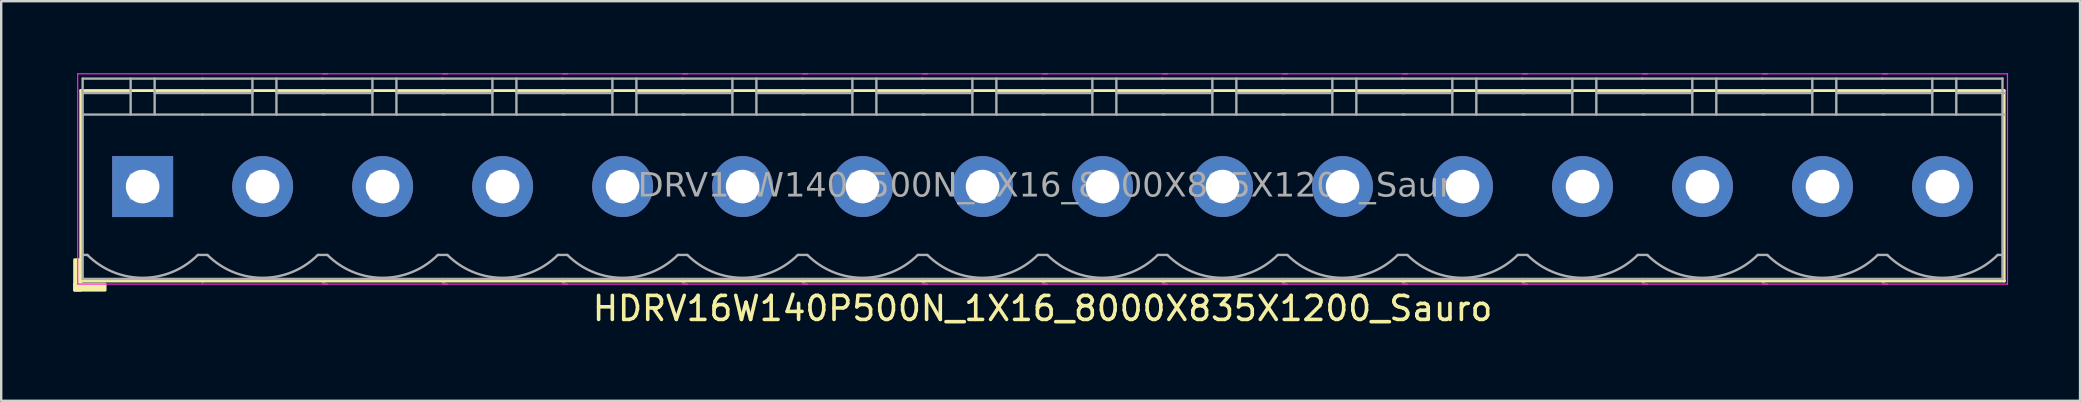
<source format=kicad_pcb>
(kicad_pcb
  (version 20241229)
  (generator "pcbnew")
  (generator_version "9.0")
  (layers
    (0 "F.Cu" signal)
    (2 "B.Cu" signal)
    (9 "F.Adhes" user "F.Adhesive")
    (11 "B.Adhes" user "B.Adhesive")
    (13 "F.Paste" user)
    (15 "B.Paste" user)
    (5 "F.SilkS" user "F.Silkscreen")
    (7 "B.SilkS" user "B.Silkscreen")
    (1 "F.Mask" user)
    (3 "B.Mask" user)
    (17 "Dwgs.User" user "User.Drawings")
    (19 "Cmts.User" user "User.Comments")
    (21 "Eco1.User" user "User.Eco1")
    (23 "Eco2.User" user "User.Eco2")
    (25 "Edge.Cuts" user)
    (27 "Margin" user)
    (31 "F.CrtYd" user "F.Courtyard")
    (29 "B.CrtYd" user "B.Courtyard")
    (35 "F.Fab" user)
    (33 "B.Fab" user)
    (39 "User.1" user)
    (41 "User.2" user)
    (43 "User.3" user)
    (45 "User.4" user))
  (footprint "HDRV16W140P500N_1X16_8000X835X1200_Sauro"
    (layer "F.Cu")
    (at 40.394 4.724)
    (property "Reference" "HDRV16W140P500N_1X16_8000X835X1200_Sauro" (at 0 5.08 0) (layer "F.SilkS") (effects (font (size 1 1) (thickness 0.15))))
    (attr through_hole)
    (fp_line (start -40.08 -4) (end -40.08 3.937) (stroke (width 0.12) (type solid)) (layer "F.SilkS"))
    (fp_line (start -40.08 3.937) (end -35 3.937) (stroke (width 0.12) (type solid)) (layer "F.SilkS"))
    (fp_line (start -35.005 -4) (end -40.08 -4) (stroke (width 0.12) (type solid)) (layer "F.SilkS"))
    (fp_line (start -35 3.937) (end -29.92 3.937) (stroke (width 0.12) (type solid)) (layer "F.SilkS"))
    (fp_line (start -30 3.937) (end -24.92 3.937) (stroke (width 0.12) (type solid)) (layer "F.SilkS"))
    (fp_line (start -29.93 -4) (end -35.005 -4) (stroke (width 0.12) (type solid)) (layer "F.SilkS"))
    (fp_line (start -25 3.937) (end -19.92 3.937) (stroke (width 0.12) (type solid)) (layer "F.SilkS"))
    (fp_line (start -24.93 -4) (end -30.005 -4) (stroke (width 0.12) (type solid)) (layer "F.SilkS"))
    (fp_line (start -20 3.937) (end -14.92 3.937) (stroke (width 0.12) (type solid)) (layer "F.SilkS"))
    (fp_line (start -19.93 -4) (end -25.005 -4) (stroke (width 0.12) (type solid)) (layer "F.SilkS"))
    (fp_line (start -15 3.937) (end -9.92 3.937) (stroke (width 0.12) (type solid)) (layer "F.SilkS"))
    (fp_line (start -14.93 -4) (end -20.005 -4) (stroke (width 0.12) (type solid)) (layer "F.SilkS"))
    (fp_line (start -10 3.937) (end -4.92 3.937) (stroke (width 0.12) (type solid)) (layer "F.SilkS"))
    (fp_line (start -9.93 -4) (end -15.005 -4) (stroke (width 0.12) (type solid)) (layer "F.SilkS"))
    (fp_line (start -5 3.937) (end 0.08 3.937) (stroke (width 0.12) (type solid)) (layer "F.SilkS"))
    (fp_line (start -4.93 -4) (end -10.005 -4) (stroke (width 0.12) (type solid)) (layer "F.SilkS"))
    (fp_line (start 0 3.937) (end 5.08 3.937) (stroke (width 0.12) (type solid)) (layer "F.SilkS"))
    (fp_line (start 0.07 -4) (end -5.005 -4) (stroke (width 0.12) (type solid)) (layer "F.SilkS"))
    (fp_line (start 5 3.937) (end 10.08 3.937) (stroke (width 0.12) (type solid)) (layer "F.SilkS"))
    (fp_line (start 5.07 -4) (end -0.005 -4) (stroke (width 0.12) (type solid)) (layer "F.SilkS"))
    (fp_line (start 10 3.937) (end 15.08 3.937) (stroke (width 0.12) (type solid)) (layer "F.SilkS"))
    (fp_line (start 10.07 -4) (end 4.995 -4) (stroke (width 0.12) (type solid)) (layer "F.SilkS"))
    (fp_line (start 15 3.937) (end 20.08 3.937) (stroke (width 0.12) (type solid)) (layer "F.SilkS"))
    (fp_line (start 15.07 -4) (end 9.995 -4) (stroke (width 0.12) (type solid)) (layer "F.SilkS"))
    (fp_line (start 20 3.937) (end 25.08 3.937) (stroke (width 0.12) (type solid)) (layer "F.SilkS"))
    (fp_line (start 20.07 -4) (end 14.995 -4) (stroke (width 0.12) (type solid)) (layer "F.SilkS"))
    (fp_line (start 25 3.937) (end 30.08 3.937) (stroke (width 0.12) (type solid)) (layer "F.SilkS"))
    (fp_line (start 25.07 -4) (end 19.995 -4) (stroke (width 0.12) (type solid)) (layer "F.SilkS"))
    (fp_line (start 30 3.937) (end 35.08 3.937) (stroke (width 0.12) (type solid)) (layer "F.SilkS"))
    (fp_line (start 30.07 -4) (end 24.995 -4) (stroke (width 0.12) (type solid)) (layer "F.SilkS"))
    (fp_line (start 35 3.937) (end 40.08 3.937) (stroke (width 0.12) (type solid)) (layer "F.SilkS"))
    (fp_line (start 35.07 -4) (end 29.995 -4) (stroke (width 0.12) (type solid)) (layer "F.SilkS"))
    (fp_line (start 40.07 -4) (end 34.995 -4) (stroke (width 0.12) (type solid)) (layer "F.SilkS"))
    (fp_line (start 40.07 -4) (end 40.07 3.937) (stroke (width 0.12) (type solid)) (layer "F.SilkS"))
    (fp_rect (start -40.08 3.048) (end -40.334 4.318) (stroke (width 0.12) (type solid)) (fill yes) (layer "F.SilkS"))
    (fp_rect (start -39.064 4.318) (end -40.334 4.064) (stroke (width 0.12) (type solid)) (fill yes) (layer "F.SilkS"))
    (fp_line (start -40.207 4.064) (end -40.207 -4.699) (stroke (width 0.05) (type solid)) (layer "F.CrtYd"))
    (fp_line (start -35.005 4.064) (end -40.207 4.064) (stroke (width 0.05) (type solid)) (layer "F.CrtYd"))
    (fp_line (start -35 -4.699) (end -40.207 -4.699) (stroke (width 0.05) (type solid)) (layer "F.CrtYd"))
    (fp_line (start -29.793 -4.699) (end -35 -4.699) (stroke (width 0.05) (type solid)) (layer "F.CrtYd"))
    (fp_line (start -29.793 4.064) (end -35.005 4.064) (stroke (width 0.05) (type solid)) (layer "F.CrtYd"))
    (fp_line (start -24.793 -4.699) (end -30 -4.699) (stroke (width 0.05) (type solid)) (layer "F.CrtYd"))
    (fp_line (start -24.793 4.064) (end -30.005 4.064) (stroke (width 0.05) (type solid)) (layer "F.CrtYd"))
    (fp_line (start -19.793 -4.699) (end -25 -4.699) (stroke (width 0.05) (type solid)) (layer "F.CrtYd"))
    (fp_line (start -19.793 4.064) (end -25.005 4.064) (stroke (width 0.05) (type solid)) (layer "F.CrtYd"))
    (fp_line (start -14.793 -4.699) (end -20 -4.699) (stroke (width 0.05) (type solid)) (layer "F.CrtYd"))
    (fp_line (start -14.793 4.064) (end -20.005 4.064) (stroke (width 0.05) (type solid)) (layer "F.CrtYd"))
    (fp_line (start -9.793 -4.699) (end -15 -4.699) (stroke (width 0.05) (type solid)) (layer "F.CrtYd"))
    (fp_line (start -9.793 4.064) (end -15.005 4.064) (stroke (width 0.05) (type solid)) (layer "F.CrtYd"))
    (fp_line (start -4.793 -4.699) (end -10 -4.699) (stroke (width 0.05) (type solid)) (layer "F.CrtYd"))
    (fp_line (start -4.793 4.064) (end -10.005 4.064) (stroke (width 0.05) (type solid)) (layer "F.CrtYd"))
    (fp_line (start 0.207 -4.699) (end -5 -4.699) (stroke (width 0.05) (type solid)) (layer "F.CrtYd"))
    (fp_line (start 0.207 4.064) (end -5.005 4.064) (stroke (width 0.05) (type solid)) (layer "F.CrtYd"))
    (fp_line (start 5.207 -4.699) (end 0 -4.699) (stroke (width 0.05) (type solid)) (layer "F.CrtYd"))
    (fp_line (start 5.207 4.064) (end -0.005 4.064) (stroke (width 0.05) (type solid)) (layer "F.CrtYd"))
    (fp_line (start 10.207 -4.699) (end 5 -4.699) (stroke (width 0.05) (type solid)) (layer "F.CrtYd"))
    (fp_line (start 10.207 4.064) (end 4.995 4.064) (stroke (width 0.05) (type solid)) (layer "F.CrtYd"))
    (fp_line (start 15.207 -4.699) (end 10 -4.699) (stroke (width 0.05) (type solid)) (layer "F.CrtYd"))
    (fp_line (start 15.207 4.064) (end 9.995 4.064) (stroke (width 0.05) (type solid)) (layer "F.CrtYd"))
    (fp_line (start 20.207 -4.699) (end 15 -4.699) (stroke (width 0.05) (type solid)) (layer "F.CrtYd"))
    (fp_line (start 20.207 4.064) (end 14.995 4.064) (stroke (width 0.05) (type solid)) (layer "F.CrtYd"))
    (fp_line (start 25.207 -4.699) (end 20 -4.699) (stroke (width 0.05) (type solid)) (layer "F.CrtYd"))
    (fp_line (start 25.207 4.064) (end 19.995 4.064) (stroke (width 0.05) (type solid)) (layer "F.CrtYd"))
    (fp_line (start 30.207 -4.699) (end 25 -4.699) (stroke (width 0.05) (type solid)) (layer "F.CrtYd"))
    (fp_line (start 30.207 4.064) (end 24.995 4.064) (stroke (width 0.05) (type solid)) (layer "F.CrtYd"))
    (fp_line (start 35.207 -4.699) (end 30 -4.699) (stroke (width 0.05) (type solid)) (layer "F.CrtYd"))
    (fp_line (start 35.207 4.064) (end 29.995 4.064) (stroke (width 0.05) (type solid)) (layer "F.CrtYd"))
    (fp_line (start 40.207 -4.699) (end 35 -4.699) (stroke (width 0.05) (type solid)) (layer "F.CrtYd"))
    (fp_line (start 40.207 -4.699) (end 40.207 4.064) (stroke (width 0.05) (type solid)) (layer "F.CrtYd"))
    (fp_line (start 40.207 4.064) (end 34.995 4.064) (stroke (width 0.05) (type solid)) (layer "F.CrtYd"))
    (fp_line (start -40 -4.5) (end -40 3.85) (stroke (width 0.1) (type solid)) (layer "F.Fab"))
    (fp_line (start -39.8 2.85) (end -40 2.85) (stroke (width 0.1) (type solid)) (layer "F.Fab"))
    (fp_line (start -38 -4.5) (end -38 -3) (stroke (width 0.1) (type default)) (layer "F.Fab"))
    (fp_line (start -38 -3.9) (end -40 -3.9) (stroke (width 0.1) (type solid)) (layer "F.Fab"))
    (fp_line (start -37 -4.5) (end -37 -3) (stroke (width 0.1) (type default)) (layer "F.Fab"))
    (fp_line (start -37 -3.9) (end -35 -3.9) (stroke (width 0.1) (type solid)) (layer "F.Fab"))
    (fp_line (start -35.2 2.85) (end -34.8 2.85) (stroke (width 0.1) (type solid)) (layer "F.Fab"))
    (fp_line (start -35 -4.5) (end -40 -4.5) (stroke (width 0.1) (type solid)) (layer "F.Fab"))
    (fp_line (start -35 -3) (end -40 -3) (stroke (width 0.1) (type solid)) (layer "F.Fab"))
    (fp_line (start -35 3.85) (end -40 3.85) (stroke (width 0.1) (type solid)) (layer "F.Fab"))
    (fp_line (start -35 3.85) (end -30 3.85) (stroke (width 0.1) (type solid)) (layer "F.Fab"))
    (fp_line (start -32.925 -4.5) (end -32.925 -3) (stroke (width 0.1) (type default)) (layer "F.Fab"))
    (fp_line (start -32.925 -3.9) (end -35 -3.9) (stroke (width 0.1) (type solid)) (layer "F.Fab"))
    (fp_line (start -31.925 -4.5) (end -31.925 -3) (stroke (width 0.1) (type default)) (layer "F.Fab"))
    (fp_line (start -31.925 -3.9) (end -29.925 -3.9) (stroke (width 0.1) (type solid)) (layer "F.Fab"))
    (fp_line (start -30.2 2.85) (end -29.8 2.85) (stroke (width 0.1) (type solid)) (layer "F.Fab"))
    (fp_line (start -30 -4.5) (end -35 -4.5) (stroke (width 0.1) (type solid)) (layer "F.Fab"))
    (fp_line (start -30 3.85) (end -25 3.85) (stroke (width 0.1) (type solid)) (layer "F.Fab"))
    (fp_line (start -29.925 -3) (end -35 -3) (stroke (width 0.1) (type solid)) (layer "F.Fab"))
    (fp_line (start -27.925 -4.5) (end -27.925 -3) (stroke (width 0.1) (type default)) (layer "F.Fab"))
    (fp_line (start -27.925 -3.9) (end -30 -3.9) (stroke (width 0.1) (type solid)) (layer "F.Fab"))
    (fp_line (start -26.925 -4.5) (end -26.925 -3) (stroke (width 0.1) (type default)) (layer "F.Fab"))
    (fp_line (start -26.925 -3.9) (end -24.925 -3.9) (stroke (width 0.1) (type solid)) (layer "F.Fab"))
    (fp_line (start -25.2 2.85) (end -24.8 2.85) (stroke (width 0.1) (type solid)) (layer "F.Fab"))
    (fp_line (start -25 -4.5) (end -30 -4.5) (stroke (width 0.1) (type solid)) (layer "F.Fab"))
    (fp_line (start -25 3.85) (end -20 3.85) (stroke (width 0.1) (type solid)) (layer "F.Fab"))
    (fp_line (start -24.925 -3) (end -30 -3) (stroke (width 0.1) (type solid)) (layer "F.Fab"))
    (fp_line (start -22.925 -4.5) (end -22.925 -3) (stroke (width 0.1) (type default)) (layer "F.Fab"))
    (fp_line (start -22.925 -3.9) (end -25 -3.9) (stroke (width 0.1) (type solid)) (layer "F.Fab"))
    (fp_line (start -21.925 -4.5) (end -21.925 -3) (stroke (width 0.1) (type default)) (layer "F.Fab"))
    (fp_line (start -21.925 -3.9) (end -19.925 -3.9) (stroke (width 0.1) (type solid)) (layer "F.Fab"))
    (fp_line (start -20.2 2.85) (end -19.8 2.85) (stroke (width 0.1) (type solid)) (layer "F.Fab"))
    (fp_line (start -20 -4.5) (end -25 -4.5) (stroke (width 0.1) (type solid)) (layer "F.Fab"))
    (fp_line (start -20 3.85) (end -15 3.85) (stroke (width 0.1) (type solid)) (layer "F.Fab"))
    (fp_line (start -19.925 -3) (end -25 -3) (stroke (width 0.1) (type solid)) (layer "F.Fab"))
    (fp_line (start -17.925 -4.5) (end -17.925 -3) (stroke (width 0.1) (type default)) (layer "F.Fab"))
    (fp_line (start -17.925 -3.9) (end -20 -3.9) (stroke (width 0.1) (type solid)) (layer "F.Fab"))
    (fp_line (start -16.925 -4.5) (end -16.925 -3) (stroke (width 0.1) (type default)) (layer "F.Fab"))
    (fp_line (start -16.925 -3.9) (end -14.925 -3.9) (stroke (width 0.1) (type solid)) (layer "F.Fab"))
    (fp_line (start -15.2 2.85) (end -14.8 2.85) (stroke (width 0.1) (type solid)) (layer "F.Fab"))
    (fp_line (start -15 -4.5) (end -20 -4.5) (stroke (width 0.1) (type solid)) (layer "F.Fab"))
    (fp_line (start -15 3.85) (end -10 3.85) (stroke (width 0.1) (type solid)) (layer "F.Fab"))
    (fp_line (start -14.925 -3) (end -20 -3) (stroke (width 0.1) (type solid)) (layer "F.Fab"))
    (fp_line (start -12.925 -4.5) (end -12.925 -3) (stroke (width 0.1) (type default)) (layer "F.Fab"))
    (fp_line (start -12.925 -3.9) (end -15 -3.9) (stroke (width 0.1) (type solid)) (layer "F.Fab"))
    (fp_line (start -11.925 -4.5) (end -11.925 -3) (stroke (width 0.1) (type default)) (layer "F.Fab"))
    (fp_line (start -11.925 -3.9) (end -9.925 -3.9) (stroke (width 0.1) (type solid)) (layer "F.Fab"))
    (fp_line (start -10.2 2.85) (end -9.8 2.85) (stroke (width 0.1) (type solid)) (layer "F.Fab"))
    (fp_line (start -10 -4.5) (end -15 -4.5) (stroke (width 0.1) (type solid)) (layer "F.Fab"))
    (fp_line (start -10 3.85) (end -5 3.85) (stroke (width 0.1) (type solid)) (layer "F.Fab"))
    (fp_line (start -9.925 -3) (end -15 -3) (stroke (width 0.1) (type solid)) (layer "F.Fab"))
    (fp_line (start -7.925 -4.5) (end -7.925 -3) (stroke (width 0.1) (type default)) (layer "F.Fab"))
    (fp_line (start -7.925 -3.9) (end -10 -3.9) (stroke (width 0.1) (type solid)) (layer "F.Fab"))
    (fp_line (start -6.925 -4.5) (end -6.925 -3) (stroke (width 0.1) (type default)) (layer "F.Fab"))
    (fp_line (start -6.925 -3.9) (end -4.925 -3.9) (stroke (width 0.1) (type solid)) (layer "F.Fab"))
    (fp_line (start -5.2 2.85) (end -4.8 2.85) (stroke (width 0.1) (type solid)) (layer "F.Fab"))
    (fp_line (start -5 -4.5) (end -10 -4.5) (stroke (width 0.1) (type solid)) (layer "F.Fab"))
    (fp_line (start -5 3.85) (end 0 3.85) (stroke (width 0.1) (type solid)) (layer "F.Fab"))
    (fp_line (start -4.925 -3) (end -10 -3) (stroke (width 0.1) (type solid)) (layer "F.Fab"))
    (fp_line (start -2.925 -4.5) (end -2.925 -3) (stroke (width 0.1) (type default)) (layer "F.Fab"))
    (fp_line (start -2.925 -3.9) (end -5 -3.9) (stroke (width 0.1) (type solid)) (layer "F.Fab"))
    (fp_line (start -1.925 -4.5) (end -1.925 -3) (stroke (width 0.1) (type default)) (layer "F.Fab"))
    (fp_line (start -1.925 -3.9) (end 0.075 -3.9) (stroke (width 0.1) (type solid)) (layer "F.Fab"))
    (fp_line (start -0.2 2.85) (end 0.2 2.85) (stroke (width 0.1) (type solid)) (layer "F.Fab"))
    (fp_line (start 0 -4.5) (end -5 -4.5) (stroke (width 0.1) (type solid)) (layer "F.Fab"))
    (fp_line (start 0 3.85) (end 5 3.85) (stroke (width 0.1) (type solid)) (layer "F.Fab"))
    (fp_line (start 0.075 -3) (end -5 -3) (stroke (width 0.1) (type solid)) (layer "F.Fab"))
    (fp_line (start 2.075 -4.5) (end 2.075 -3) (stroke (width 0.1) (type default)) (layer "F.Fab"))
    (fp_line (start 2.075 -3.9) (end 0 -3.9) (stroke (width 0.1) (type solid)) (layer "F.Fab"))
    (fp_line (start 3.075 -4.5) (end 3.075 -3) (stroke (width 0.1) (type default)) (layer "F.Fab"))
    (fp_line (start 3.075 -3.9) (end 5.075 -3.9) (stroke (width 0.1) (type solid)) (layer "F.Fab"))
    (fp_line (start 4.8 2.85) (end 5.2 2.85) (stroke (width 0.1) (type solid)) (layer "F.Fab"))
    (fp_line (start 5 -4.5) (end 0 -4.5) (stroke (width 0.1) (type solid)) (layer "F.Fab"))
    (fp_line (start 5 3.85) (end 10 3.85) (stroke (width 0.1) (type solid)) (layer "F.Fab"))
    (fp_line (start 5.075 -3) (end 0 -3) (stroke (width 0.1) (type solid)) (layer "F.Fab"))
    (fp_line (start 7.075 -4.5) (end 7.075 -3) (stroke (width 0.1) (type default)) (layer "F.Fab"))
    (fp_line (start 7.075 -3.9) (end 5 -3.9) (stroke (width 0.1) (type solid)) (layer "F.Fab"))
    (fp_line (start 8.075 -4.5) (end 8.075 -3) (stroke (width 0.1) (type default)) (layer "F.Fab"))
    (fp_line (start 8.075 -3.9) (end 10.075 -3.9) (stroke (width 0.1) (type solid)) (layer "F.Fab"))
    (fp_line (start 9.8 2.85) (end 10.2 2.85) (stroke (width 0.1) (type solid)) (layer "F.Fab"))
    (fp_line (start 10 -4.5) (end 5 -4.5) (stroke (width 0.1) (type solid)) (layer "F.Fab"))
    (fp_line (start 10 3.85) (end 15 3.85) (stroke (width 0.1) (type solid)) (layer "F.Fab"))
    (fp_line (start 10.075 -3) (end 5 -3) (stroke (width 0.1) (type solid)) (layer "F.Fab"))
    (fp_line (start 12.075 -4.5) (end 12.075 -3) (stroke (width 0.1) (type default)) (layer "F.Fab"))
    (fp_line (start 12.075 -3.9) (end 10 -3.9) (stroke (width 0.1) (type solid)) (layer "F.Fab"))
    (fp_line (start 13.075 -4.5) (end 13.075 -3) (stroke (width 0.1) (type default)) (layer "F.Fab"))
    (fp_line (start 13.075 -3.9) (end 15.075 -3.9) (stroke (width 0.1) (type solid)) (layer "F.Fab"))
    (fp_line (start 14.8 2.85) (end 15.2 2.85) (stroke (width 0.1) (type solid)) (layer "F.Fab"))
    (fp_line (start 15 -4.5) (end 10 -4.5) (stroke (width 0.1) (type solid)) (layer "F.Fab"))
    (fp_line (start 15 3.85) (end 20 3.85) (stroke (width 0.1) (type solid)) (layer "F.Fab"))
    (fp_line (start 15.075 -3) (end 10 -3) (stroke (width 0.1) (type solid)) (layer "F.Fab"))
    (fp_line (start 17.075 -4.5) (end 17.075 -3) (stroke (width 0.1) (type default)) (layer "F.Fab"))
    (fp_line (start 17.075 -3.9) (end 15 -3.9) (stroke (width 0.1) (type solid)) (layer "F.Fab"))
    (fp_line (start 18.075 -4.5) (end 18.075 -3) (stroke (width 0.1) (type default)) (layer "F.Fab"))
    (fp_line (start 18.075 -3.9) (end 20.075 -3.9) (stroke (width 0.1) (type solid)) (layer "F.Fab"))
    (fp_line (start 19.8 2.85) (end 20.2 2.85) (stroke (width 0.1) (type solid)) (layer "F.Fab"))
    (fp_line (start 20 -4.5) (end 15 -4.5) (stroke (width 0.1) (type solid)) (layer "F.Fab"))
    (fp_line (start 20 3.85) (end 25 3.85) (stroke (width 0.1) (type solid)) (layer "F.Fab"))
    (fp_line (start 20.075 -3) (end 15 -3) (stroke (width 0.1) (type solid)) (layer "F.Fab"))
    (fp_line (start 22.075 -4.5) (end 22.075 -3) (stroke (width 0.1) (type default)) (layer "F.Fab"))
    (fp_line (start 22.075 -3.9) (end 20 -3.9) (stroke (width 0.1) (type solid)) (layer "F.Fab"))
    (fp_line (start 23.075 -4.5) (end 23.075 -3) (stroke (width 0.1) (type default)) (layer "F.Fab"))
    (fp_line (start 23.075 -3.9) (end 25.075 -3.9) (stroke (width 0.1) (type solid)) (layer "F.Fab"))
    (fp_line (start 24.8 2.85) (end 25.2 2.85) (stroke (width 0.1) (type solid)) (layer "F.Fab"))
    (fp_line (start 25 -4.5) (end 20 -4.5) (stroke (width 0.1) (type solid)) (layer "F.Fab"))
    (fp_line (start 25 3.85) (end 30 3.85) (stroke (width 0.1) (type solid)) (layer "F.Fab"))
    (fp_line (start 25.075 -3) (end 20 -3) (stroke (width 0.1) (type solid)) (layer "F.Fab"))
    (fp_line (start 27.075 -4.5) (end 27.075 -3) (stroke (width 0.1) (type default)) (layer "F.Fab"))
    (fp_line (start 27.075 -3.9) (end 25 -3.9) (stroke (width 0.1) (type solid)) (layer "F.Fab"))
    (fp_line (start 28.075 -4.5) (end 28.075 -3) (stroke (width 0.1) (type default)) (layer "F.Fab"))
    (fp_line (start 28.075 -3.9) (end 30.075 -3.9) (stroke (width 0.1) (type solid)) (layer "F.Fab"))
    (fp_line (start 29.8 2.85) (end 30.2 2.85) (stroke (width 0.1) (type solid)) (layer "F.Fab"))
    (fp_line (start 30 -4.5) (end 25 -4.5) (stroke (width 0.1) (type solid)) (layer "F.Fab"))
    (fp_line (start 30 3.85) (end 35 3.85) (stroke (width 0.1) (type solid)) (layer "F.Fab"))
    (fp_line (start 30.075 -3) (end 25 -3) (stroke (width 0.1) (type solid)) (layer "F.Fab"))
    (fp_line (start 32.075 -4.5) (end 32.075 -3) (stroke (width 0.1) (type default)) (layer "F.Fab"))
    (fp_line (start 32.075 -3.9) (end 30 -3.9) (stroke (width 0.1) (type solid)) (layer "F.Fab"))
    (fp_line (start 33.075 -4.5) (end 33.075 -3) (stroke (width 0.1) (type default)) (layer "F.Fab"))
    (fp_line (start 33.075 -3.9) (end 35.075 -3.9) (stroke (width 0.1) (type solid)) (layer "F.Fab"))
    (fp_line (start 34.8 2.85) (end 35.2 2.85) (stroke (width 0.1) (type solid)) (layer "F.Fab"))
    (fp_line (start 35 -4.5) (end 30 -4.5) (stroke (width 0.1) (type solid)) (layer "F.Fab"))
    (fp_line (start 35 3.85) (end 40 3.85) (stroke (width 0.1) (type solid)) (layer "F.Fab"))
    (fp_line (start 35.075 -3) (end 30 -3) (stroke (width 0.1) (type solid)) (layer "F.Fab"))
    (fp_line (start 37.075 -4.5) (end 37.075 -3) (stroke (width 0.1) (type default)) (layer "F.Fab"))
    (fp_line (start 37.075 -3.9) (end 35 -3.9) (stroke (width 0.1) (type solid)) (layer "F.Fab"))
    (fp_line (start 38.075 -4.5) (end 38.075 -3) (stroke (width 0.1) (type default)) (layer "F.Fab"))
    (fp_line (start 38.075 -3.9) (end 40.075 -3.9) (stroke (width 0.1) (type solid)) (layer "F.Fab"))
    (fp_line (start 40 -4.5) (end 35 -4.5) (stroke (width 0.1) (type solid)) (layer "F.Fab"))
    (fp_line (start 40 -4.5) (end 40 3.85) (stroke (width 0.1) (type solid)) (layer "F.Fab"))
    (fp_line (start 40 2.85) (end 39.8 2.85) (stroke (width 0.1) (type solid)) (layer "F.Fab"))
    (fp_line (start 40.075 -3) (end 35 -3) (stroke (width 0.1) (type solid)) (layer "F.Fab"))
    (fp_rect (start -38 -0.5) (end -37 0.5) (stroke (width 0.1) (type solid)) (fill no) (layer "F.Fab"))
    (fp_rect (start -33 -0.5) (end -32 0.5) (stroke (width 0.1) (type solid)) (fill no) (layer "F.Fab"))
    (fp_rect (start -28 -0.5) (end -27 0.5) (stroke (width 0.1) (type solid)) (fill no) (layer "F.Fab"))
    (fp_rect (start -23 -0.5) (end -22 0.5) (stroke (width 0.1) (type solid)) (fill no) (layer "F.Fab"))
    (fp_rect (start -18 -0.5) (end -17 0.5) (stroke (width 0.1) (type solid)) (fill no) (layer "F.Fab"))
    (fp_rect (start -13 -0.5) (end -12 0.5) (stroke (width 0.1) (type solid)) (fill no) (layer "F.Fab"))
    (fp_rect (start -8 -0.5) (end -7 0.5) (stroke (width 0.1) (type solid)) (fill no) (layer "F.Fab"))
    (fp_rect (start -3 -0.5) (end -2 0.5) (stroke (width 0.1) (type solid)) (fill no) (layer "F.Fab"))
    (fp_rect (start 2 -0.5) (end 3 0.5) (stroke (width 0.1) (type solid)) (fill no) (layer "F.Fab"))
    (fp_rect (start 7 -0.5) (end 8 0.5) (stroke (width 0.1) (type solid)) (fill no) (layer "F.Fab"))
    (fp_rect (start 12 -0.5) (end 13 0.5) (stroke (width 0.1) (type solid)) (fill no) (layer "F.Fab"))
    (fp_rect (start 17 -0.5) (end 18 0.5) (stroke (width 0.1) (type solid)) (fill no) (layer "F.Fab"))
    (fp_rect (start 22 -0.5) (end 23 0.5) (stroke (width 0.1) (type solid)) (fill no) (layer "F.Fab"))
    (fp_rect (start 27 -0.5) (end 28 0.5) (stroke (width 0.1) (type solid)) (fill no) (layer "F.Fab"))
    (fp_rect (start 32 -0.5) (end 33 0.5) (stroke (width 0.1) (type solid)) (fill no) (layer "F.Fab"))
    (fp_rect (start 37 -0.5) (end 38 0.5) (stroke (width 0.1) (type solid)) (fill no) (layer "F.Fab"))
    (fp_arc (start -35.2 2.85) (mid -37.5 3.802691) (end -39.8 2.85) (stroke (width 0.1) (type default)) (layer "F.Fab"))
    (fp_arc (start -30.2 2.85) (mid -32.5 3.802691) (end -34.8 2.85) (stroke (width 0.1) (type default)) (layer "F.Fab"))
    (fp_arc (start -25.2 2.85) (mid -27.5 3.802691) (end -29.8 2.85) (stroke (width 0.1) (type default)) (layer "F.Fab"))
    (fp_arc (start -20.2 2.85) (mid -22.5 3.802691) (end -24.8 2.85) (stroke (width 0.1) (type default)) (layer "F.Fab"))
    (fp_arc (start -15.2 2.85) (mid -17.5 3.802691) (end -19.8 2.85) (stroke (width 0.1) (type default)) (layer "F.Fab"))
    (fp_arc (start -10.2 2.85) (mid -12.5 3.802691) (end -14.8 2.85) (stroke (width 0.1) (type default)) (layer "F.Fab"))
    (fp_arc (start -5.2 2.85) (mid -7.5 3.802691) (end -9.8 2.85) (stroke (width 0.1) (type default)) (layer "F.Fab"))
    (fp_arc (start -0.2 2.85) (mid -2.5 3.802691) (end -4.8 2.85) (stroke (width 0.1) (type default)) (layer "F.Fab"))
    (fp_arc (start 4.8 2.85) (mid 2.5 3.802691) (end 0.2 2.85) (stroke (width 0.1) (type default)) (layer "F.Fab"))
    (fp_arc (start 9.8 2.85) (mid 7.5 3.802691) (end 5.2 2.85) (stroke (width 0.1) (type default)) (layer "F.Fab"))
    (fp_arc (start 14.8 2.85) (mid 12.5 3.802691) (end 10.2 2.85) (stroke (width 0.1) (type default)) (layer "F.Fab"))
    (fp_arc (start 19.8 2.85) (mid 17.5 3.802691) (end 15.2 2.85) (stroke (width 0.1) (type default)) (layer "F.Fab"))
    (fp_arc (start 24.8 2.85) (mid 22.5 3.802691) (end 20.2 2.85) (stroke (width 0.1) (type default)) (layer "F.Fab"))
    (fp_arc (start 29.8 2.85) (mid 27.5 3.802691) (end 25.2 2.85) (stroke (width 0.1) (type default)) (layer "F.Fab"))
    (fp_arc (start 34.8 2.85) (mid 32.5 3.802691) (end 30.2 2.85) (stroke (width 0.1) (type default)) (layer "F.Fab"))
    (fp_arc (start 39.8 2.85) (mid 37.5 3.802691) (end 35.2 2.85) (stroke (width 0.1) (type default)) (layer "F.Fab"))
    (fp_text user "${REFERENCE}" (at 0 0 0) (layer "F.Fab") (effects (font (face "Tahoma") (size 1 1) (thickness 0.15))))
    (pad "1" thru_hole rect (at -37.5 0) (size 2.54 2.54) (drill 1.4) (layers "*.Cu" "*.Mask"))
    (pad "2" thru_hole circle (at -32.5 0) (size 2.54 2.54) (drill 1.4) (layers "*.Cu" "*.Mask"))
    (pad "3" thru_hole circle (at -27.5 0) (size 2.54 2.54) (drill 1.4) (layers "*.Cu" "*.Mask"))
    (pad "4" thru_hole circle (at -22.5 0) (size 2.54 2.54) (drill 1.4) (layers "*.Cu" "*.Mask"))
    (pad "5" thru_hole circle (at -17.5 0) (size 2.54 2.54) (drill 1.4) (layers "*.Cu" "*.Mask"))
    (pad "6" thru_hole circle (at -12.5 0) (size 2.54 2.54) (drill 1.4) (layers "*.Cu" "*.Mask"))
    (pad "7" thru_hole circle (at -7.5 0) (size 2.54 2.54) (drill 1.4) (layers "*.Cu" "*.Mask"))
    (pad "8" thru_hole circle (at -2.5 0) (size 2.54 2.54) (drill 1.4) (layers "*.Cu" "*.Mask"))
    (pad "9" thru_hole circle (at 2.5 0) (size 2.54 2.54) (drill 1.4) (layers "*.Cu" "*.Mask"))
    (pad "10" thru_hole circle (at 7.5 0) (size 2.54 2.54) (drill 1.4) (layers "*.Cu" "*.Mask"))
    (pad "11" thru_hole circle (at 12.5 0) (size 2.54 2.54) (drill 1.4) (layers "*.Cu" "*.Mask"))
    (pad "12" thru_hole circle (at 17.5 0) (size 2.54 2.54) (drill 1.4) (layers "*.Cu" "*.Mask"))
    (pad "13" thru_hole circle (at 22.5 0) (size 2.54 2.54) (drill 1.4) (layers "*.Cu" "*.Mask"))
    (pad "14" thru_hole circle (at 27.5 0) (size 2.54 2.54) (drill 1.4) (layers "*.Cu" "*.Mask"))
    (pad "15" thru_hole circle (at 32.5 0) (size 2.54 2.54) (drill 1.4) (layers "*.Cu" "*.Mask"))
    (pad "16" thru_hole circle (at 37.5 0) (size 2.54 2.54) (drill 1.4) (layers "*.Cu" "*.Mask")))
  (gr_rect
    (start -3 -3)
    (end 83.626 13.652)
    (stroke (width 0.1) (type default))
    (fill no)
    (layer "Edge.Cuts")))
</source>
